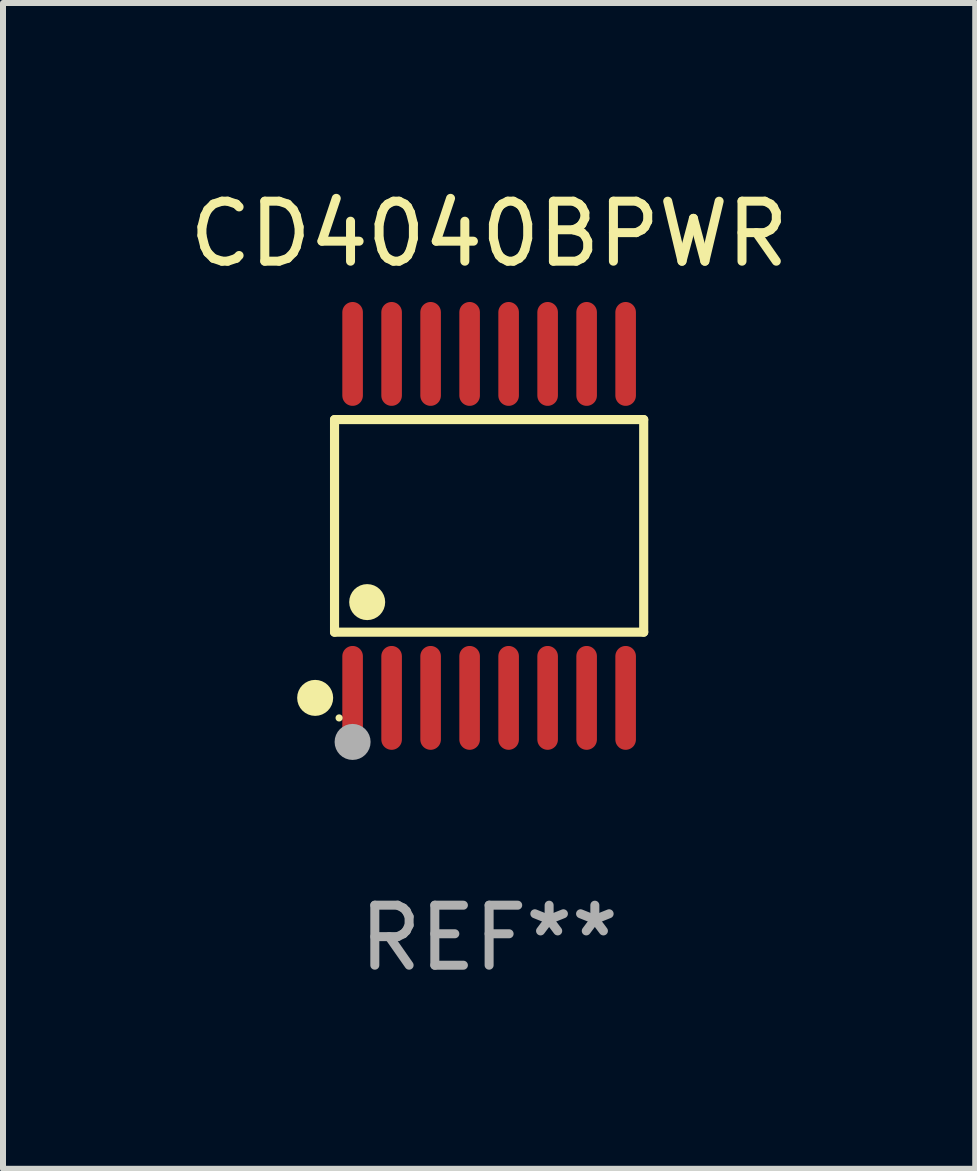
<source format=kicad_pcb>
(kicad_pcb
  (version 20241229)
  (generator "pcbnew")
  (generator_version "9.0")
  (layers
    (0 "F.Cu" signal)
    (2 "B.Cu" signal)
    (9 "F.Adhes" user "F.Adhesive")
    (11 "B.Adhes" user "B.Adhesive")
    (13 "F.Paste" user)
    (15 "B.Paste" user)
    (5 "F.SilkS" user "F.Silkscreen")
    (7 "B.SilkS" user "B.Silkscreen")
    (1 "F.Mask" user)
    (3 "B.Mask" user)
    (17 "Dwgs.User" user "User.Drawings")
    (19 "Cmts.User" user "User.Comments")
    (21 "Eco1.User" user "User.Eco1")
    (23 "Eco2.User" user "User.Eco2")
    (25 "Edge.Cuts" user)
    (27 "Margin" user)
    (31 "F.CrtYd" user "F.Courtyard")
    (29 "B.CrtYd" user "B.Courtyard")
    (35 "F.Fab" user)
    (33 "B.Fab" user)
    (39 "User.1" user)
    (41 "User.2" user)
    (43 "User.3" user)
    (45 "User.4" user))
  (footprint "CD4040BPWR"
    (layer "F.Cu")
    (at 5.101 5.714)
    (property "Reference" "CD4040BPWR" (at 0 -4.866 0) (layer "F.SilkS") (effects (font (size 1 1) (thickness 0.15))))
    (attr through_hole)
    (fp_line (start -2.576 -1.772) (end 2.576 -1.772) (stroke (width 0.152) (type solid)) (layer "F.SilkS"))
    (fp_line (start -2.576 1.771) (end -2.576 -1.772) (stroke (width 0.152) (type solid)) (layer "F.SilkS"))
    (fp_line (start 2.576 -1.772) (end 2.576 1.771) (stroke (width 0.152) (type solid)) (layer "F.SilkS"))
    (fp_line (start 2.576 1.771) (end -2.576 1.771) (stroke (width 0.152) (type solid)) (layer "F.SilkS"))
    (fp_circle (center -2.899 2.866) (end -2.749 2.866) (stroke (width 0.3) (type solid)) (fill no) (layer "F.SilkS"))
    (fp_circle (center -2.5 3.2) (end -2.47 3.2) (stroke (width 0.06) (type solid)) (fill no) (layer "F.SilkS"))
    (fp_circle (center -2.032 1.27) (end -1.882 1.27) (stroke (width 0.3) (type solid)) (fill no) (layer "F.SilkS"))
    (fp_circle (center -2.275 3.6) (end -2.125 3.6) (stroke (width 0.3) (type solid)) (fill no) (layer "F.Fab"))
    (fp_text user "REF**" (at 0 6.866 0) (layer "F.Fab") (effects (font (size 1 1) (thickness 0.15))))
    (pad "1" smd oval (at -2.275 2.866) (size 0.343 1.731) (layers "F.Cu" "F.Mask" "F.Paste"))
    (pad "2" smd oval (at -1.625 2.866) (size 0.343 1.731) (layers "F.Cu" "F.Mask" "F.Paste"))
    (pad "3" smd oval (at -0.975 2.866) (size 0.343 1.731) (layers "F.Cu" "F.Mask" "F.Paste"))
    (pad "4" smd oval (at -0.325 2.866) (size 0.343 1.731) (layers "F.Cu" "F.Mask" "F.Paste"))
    (pad "5" smd oval (at 0.325 2.866) (size 0.343 1.731) (layers "F.Cu" "F.Mask" "F.Paste"))
    (pad "6" smd oval (at 0.975 2.866) (size 0.343 1.731) (layers "F.Cu" "F.Mask" "F.Paste"))
    (pad "7" smd oval (at 1.625 2.866) (size 0.343 1.731) (layers "F.Cu" "F.Mask" "F.Paste"))
    (pad "8" smd oval (at 2.275 2.866) (size 0.343 1.731) (layers "F.Cu" "F.Mask" "F.Paste"))
    (pad "9" smd oval (at 2.275 -2.866) (size 0.343 1.731) (layers "F.Cu" "F.Mask" "F.Paste"))
    (pad "10" smd oval (at 1.625 -2.866) (size 0.343 1.731) (layers "F.Cu" "F.Mask" "F.Paste"))
    (pad "11" smd oval (at 0.975 -2.866) (size 0.343 1.731) (layers "F.Cu" "F.Mask" "F.Paste"))
    (pad "12" smd oval (at 0.325 -2.866) (size 0.343 1.731) (layers "F.Cu" "F.Mask" "F.Paste"))
    (pad "13" smd oval (at -0.325 -2.866) (size 0.343 1.731) (layers "F.Cu" "F.Mask" "F.Paste"))
    (pad "14" smd oval (at -0.975 -2.866) (size 0.343 1.731) (layers "F.Cu" "F.Mask" "F.Paste"))
    (pad "15" smd oval (at -1.625 -2.866) (size 0.343 1.731) (layers "F.Cu" "F.Mask" "F.Paste"))
    (pad "16" smd oval (at -2.275 -2.866) (size 0.343 1.731) (layers "F.Cu" "F.Mask" "F.Paste")))
  (gr_rect
    (start -3 -3)
    (end 13.202 16.428)
    (stroke (width 0.1) (type default))
    (fill no)
    (layer "Edge.Cuts")))
</source>
